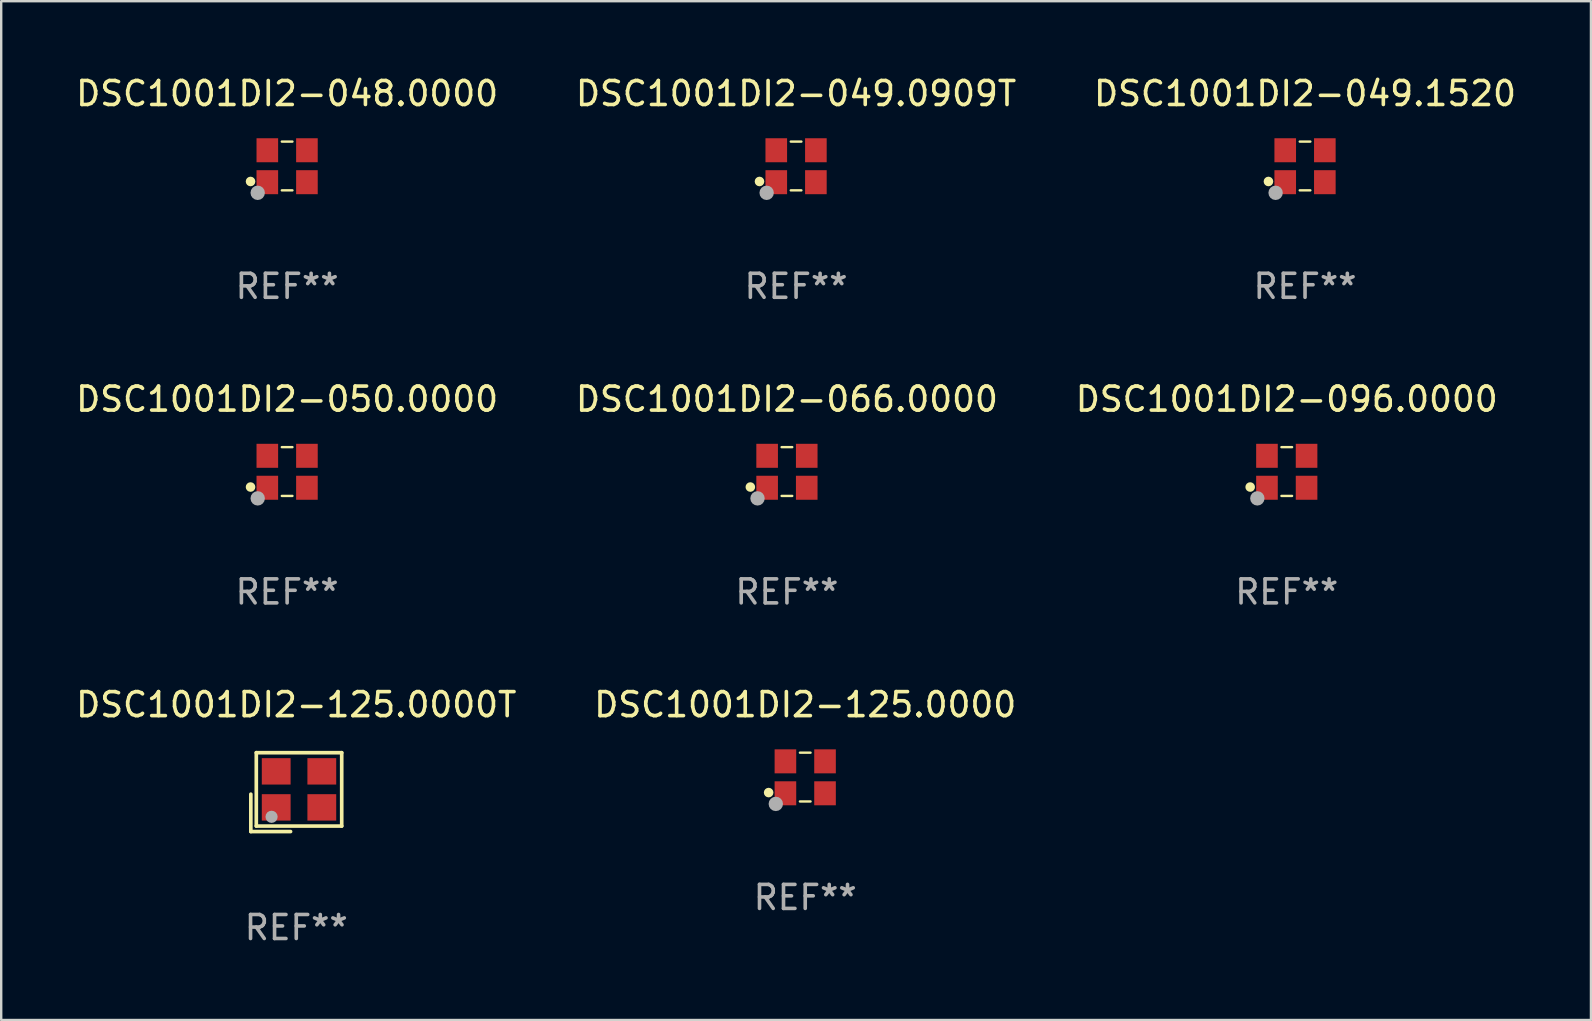
<source format=kicad_pcb>
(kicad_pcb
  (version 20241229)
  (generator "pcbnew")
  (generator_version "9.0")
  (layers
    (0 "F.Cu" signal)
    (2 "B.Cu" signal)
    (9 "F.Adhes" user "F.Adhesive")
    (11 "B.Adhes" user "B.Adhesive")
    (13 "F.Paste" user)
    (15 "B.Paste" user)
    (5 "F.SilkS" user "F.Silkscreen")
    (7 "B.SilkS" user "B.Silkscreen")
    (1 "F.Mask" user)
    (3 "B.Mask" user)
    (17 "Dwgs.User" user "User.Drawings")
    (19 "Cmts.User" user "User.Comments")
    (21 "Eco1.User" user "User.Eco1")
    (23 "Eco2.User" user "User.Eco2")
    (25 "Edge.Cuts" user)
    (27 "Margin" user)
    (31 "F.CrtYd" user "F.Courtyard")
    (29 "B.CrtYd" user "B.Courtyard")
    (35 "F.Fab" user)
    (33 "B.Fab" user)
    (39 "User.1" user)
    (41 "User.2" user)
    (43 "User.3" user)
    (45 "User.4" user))
  (footprint "DSC1001DI2-125.0000T"
    (layer "F.Cu")
    (at 9.292 29.948)
    (property "Reference" "DSC1001DI2-125.0000T" (at 0 -3.643 0) (layer "F.SilkS") (effects (font (size 1 1) (thickness 0.15))))
    (attr through_hole)
    (fp_line (start -1.893 0.086) (end -1.893 1.643) (stroke (width 0.152) (type solid)) (layer "F.SilkS"))
    (fp_line (start -1.893 1.643) (end -0.237 1.643) (stroke (width 0.152) (type solid)) (layer "F.SilkS"))
    (fp_line (start -1.665 -1.643) (end 1.893 -1.643) (stroke (width 0.152) (type solid)) (layer "F.SilkS"))
    (fp_line (start -1.665 1.414) (end -1.665 -1.643) (stroke (width 0.152) (type solid)) (layer "F.SilkS"))
    (fp_line (start 1.893 -1.643) (end 1.893 1.414) (stroke (width 0.152) (type solid)) (layer "F.SilkS"))
    (fp_line (start 1.893 1.414) (end -1.665 1.414) (stroke (width 0.152) (type solid)) (layer "F.SilkS"))
    (fp_circle (center -1.136 0.885) (end -1.106 0.885) (stroke (width 0.06) (type solid)) (fill no) (layer "F.SilkS"))
    (fp_circle (center -1.029 1.028) (end -0.902 1.028) (stroke (width 0.254) (type solid)) (fill no) (layer "F.Fab"))
    (fp_text user "REF**" (at 0 5.643 0) (layer "F.Fab") (effects (font (size 1 1) (thickness 0.15))))
    (pad "1" smd rect (at -0.836 0.636) (size 1.2 1.1) (layers "F.Cu" "F.Mask" "F.Paste"))
    (pad "2" smd rect (at 1.064 0.636) (size 1.2 1.1) (layers "F.Cu" "F.Mask" "F.Paste"))
    (pad "3" smd rect (at 1.064 -0.865) (size 1.2 1.1) (layers "F.Cu" "F.Mask" "F.Paste"))
    (pad "4" smd rect (at -0.836 -0.865) (size 1.2 1.1) (layers "F.Cu" "F.Mask" "F.Paste")))
  (footprint "DSC1001DI2-096.0000"
    (layer "F.Cu")
    (at 50.554 16.593)
    (property "Reference" "DSC1001DI2-096.0000" (at 0 -3.016 0) (layer "F.SilkS") (effects (font (size 1 1) (thickness 0.15))))
    (attr through_hole)
    (fp_line (start -0.221 -1.016) (end 0.221 -1.016) (stroke (width 0.1) (type solid)) (layer "F.SilkS"))
    (fp_line (start -0.221 1.016) (end 0.221 1.016) (stroke (width 0.1) (type solid)) (layer "F.SilkS"))
    (fp_circle (center -1.524 0.646) (end -1.424 0.646) (stroke (width 0.2) (type solid)) (fill no) (layer "F.SilkS"))
    (fp_circle (center -1.25 1) (end -1.22 1) (stroke (width 0.06) (type solid)) (fill no) (layer "F.SilkS"))
    (fp_circle (center -1.226 1.118) (end -1.076 1.118) (stroke (width 0.3) (type solid)) (fill no) (layer "F.Fab"))
    (fp_text user "REF**" (at 0 5.016 0) (layer "F.Fab") (effects (font (size 1 1) (thickness 0.15))))
    (pad "1" smd rect (at -0.825 0.676) (size 0.9 1) (layers "F.Cu" "F.Mask" "F.Paste"))
    (pad "2" smd rect (at 0.825 0.676) (size 0.9 1) (layers "F.Cu" "F.Mask" "F.Paste"))
    (pad "3" smd rect (at 0.825 -0.655) (size 0.9 1) (layers "F.Cu" "F.Mask" "F.Paste"))
    (pad "4" smd rect (at -0.825 -0.655) (size 0.9 1) (layers "F.Cu" "F.Mask" "F.Paste")))
  (footprint "DSC1001DI2-049.0909T"
    (layer "F.Cu")
    (at 30.113 3.864)
    (property "Reference" "DSC1001DI2-049.0909T" (at 0 -3.016 0) (layer "F.SilkS") (effects (font (size 1 1) (thickness 0.15))))
    (attr through_hole)
    (fp_line (start -0.221 -1.016) (end 0.221 -1.016) (stroke (width 0.1) (type solid)) (layer "F.SilkS"))
    (fp_line (start -0.221 1.016) (end 0.221 1.016) (stroke (width 0.1) (type solid)) (layer "F.SilkS"))
    (fp_circle (center -1.524 0.646) (end -1.424 0.646) (stroke (width 0.2) (type solid)) (fill no) (layer "F.SilkS"))
    (fp_circle (center -1.25 1) (end -1.22 1) (stroke (width 0.06) (type solid)) (fill no) (layer "F.SilkS"))
    (fp_circle (center -1.226 1.118) (end -1.076 1.118) (stroke (width 0.3) (type solid)) (fill no) (layer "F.Fab"))
    (fp_text user "REF**" (at 0 5.016 0) (layer "F.Fab") (effects (font (size 1 1) (thickness 0.15))))
    (pad "1" smd rect (at -0.825 0.676) (size 0.9 1) (layers "F.Cu" "F.Mask" "F.Paste"))
    (pad "2" smd rect (at 0.825 0.676) (size 0.9 1) (layers "F.Cu" "F.Mask" "F.Paste"))
    (pad "3" smd rect (at 0.825 -0.655) (size 0.9 1) (layers "F.Cu" "F.Mask" "F.Paste"))
    (pad "4" smd rect (at -0.825 -0.655) (size 0.9 1) (layers "F.Cu" "F.Mask" "F.Paste")))
  (footprint "DSC1001DI2-050.0000"
    (layer "F.Cu")
    (at 8.911 16.593)
    (property "Reference" "DSC1001DI2-050.0000" (at 0 -3.016 0) (layer "F.SilkS") (effects (font (size 1 1) (thickness 0.15))))
    (attr through_hole)
    (fp_line (start -0.221 -1.016) (end 0.221 -1.016) (stroke (width 0.1) (type solid)) (layer "F.SilkS"))
    (fp_line (start -0.221 1.016) (end 0.221 1.016) (stroke (width 0.1) (type solid)) (layer "F.SilkS"))
    (fp_circle (center -1.524 0.646) (end -1.424 0.646) (stroke (width 0.2) (type solid)) (fill no) (layer "F.SilkS"))
    (fp_circle (center -1.25 1) (end -1.22 1) (stroke (width 0.06) (type solid)) (fill no) (layer "F.SilkS"))
    (fp_circle (center -1.226 1.118) (end -1.076 1.118) (stroke (width 0.3) (type solid)) (fill no) (layer "F.Fab"))
    (fp_text user "REF**" (at 0 5.016 0) (layer "F.Fab") (effects (font (size 1 1) (thickness 0.15))))
    (pad "1" smd rect (at -0.825 0.676) (size 0.9 1) (layers "F.Cu" "F.Mask" "F.Paste"))
    (pad "2" smd rect (at 0.825 0.676) (size 0.9 1) (layers "F.Cu" "F.Mask" "F.Paste"))
    (pad "3" smd rect (at 0.825 -0.655) (size 0.9 1) (layers "F.Cu" "F.Mask" "F.Paste"))
    (pad "4" smd rect (at -0.825 -0.655) (size 0.9 1) (layers "F.Cu" "F.Mask" "F.Paste")))
  (footprint "DSC1001DI2-125.0000"
    (layer "F.Cu")
    (at 30.494 29.321)
    (property "Reference" "DSC1001DI2-125.0000" (at 0 -3.016 0) (layer "F.SilkS") (effects (font (size 1 1) (thickness 0.15))))
    (attr through_hole)
    (fp_line (start -0.221 -1.016) (end 0.221 -1.016) (stroke (width 0.1) (type solid)) (layer "F.SilkS"))
    (fp_line (start -0.221 1.016) (end 0.221 1.016) (stroke (width 0.1) (type solid)) (layer "F.SilkS"))
    (fp_circle (center -1.524 0.646) (end -1.424 0.646) (stroke (width 0.2) (type solid)) (fill no) (layer "F.SilkS"))
    (fp_circle (center -1.25 1) (end -1.22 1) (stroke (width 0.06) (type solid)) (fill no) (layer "F.SilkS"))
    (fp_circle (center -1.226 1.118) (end -1.076 1.118) (stroke (width 0.3) (type solid)) (fill no) (layer "F.Fab"))
    (fp_text user "REF**" (at 0 5.016 0) (layer "F.Fab") (effects (font (size 1 1) (thickness 0.15))))
    (pad "1" smd rect (at -0.825 0.676) (size 0.9 1) (layers "F.Cu" "F.Mask" "F.Paste"))
    (pad "2" smd rect (at 0.825 0.676) (size 0.9 1) (layers "F.Cu" "F.Mask" "F.Paste"))
    (pad "3" smd rect (at 0.825 -0.655) (size 0.9 1) (layers "F.Cu" "F.Mask" "F.Paste"))
    (pad "4" smd rect (at -0.825 -0.655) (size 0.9 1) (layers "F.Cu" "F.Mask" "F.Paste")))
  (footprint "DSC1001DI2-048.0000"
    (layer "F.Cu")
    (at 8.911 3.864)
    (property "Reference" "DSC1001DI2-048.0000" (at 0 -3.016 0) (layer "F.SilkS") (effects (font (size 1 1) (thickness 0.15))))
    (attr through_hole)
    (fp_line (start -0.221 -1.016) (end 0.221 -1.016) (stroke (width 0.1) (type solid)) (layer "F.SilkS"))
    (fp_line (start -0.221 1.016) (end 0.221 1.016) (stroke (width 0.1) (type solid)) (layer "F.SilkS"))
    (fp_circle (center -1.524 0.646) (end -1.424 0.646) (stroke (width 0.2) (type solid)) (fill no) (layer "F.SilkS"))
    (fp_circle (center -1.25 1) (end -1.22 1) (stroke (width 0.06) (type solid)) (fill no) (layer "F.SilkS"))
    (fp_circle (center -1.226 1.118) (end -1.076 1.118) (stroke (width 0.3) (type solid)) (fill no) (layer "F.Fab"))
    (fp_text user "REF**" (at 0 5.016 0) (layer "F.Fab") (effects (font (size 1 1) (thickness 0.15))))
    (pad "1" smd rect (at -0.825 0.676) (size 0.9 1) (layers "F.Cu" "F.Mask" "F.Paste"))
    (pad "2" smd rect (at 0.825 0.676) (size 0.9 1) (layers "F.Cu" "F.Mask" "F.Paste"))
    (pad "3" smd rect (at 0.825 -0.655) (size 0.9 1) (layers "F.Cu" "F.Mask" "F.Paste"))
    (pad "4" smd rect (at -0.825 -0.655) (size 0.9 1) (layers "F.Cu" "F.Mask" "F.Paste")))
  (footprint "DSC1001DI2-066.0000"
    (layer "F.Cu")
    (at 29.732 16.593)
    (property "Reference" "DSC1001DI2-066.0000" (at 0 -3.016 0) (layer "F.SilkS") (effects (font (size 1 1) (thickness 0.15))))
    (attr through_hole)
    (fp_line (start -0.221 -1.016) (end 0.221 -1.016) (stroke (width 0.1) (type solid)) (layer "F.SilkS"))
    (fp_line (start -0.221 1.016) (end 0.221 1.016) (stroke (width 0.1) (type solid)) (layer "F.SilkS"))
    (fp_circle (center -1.524 0.646) (end -1.424 0.646) (stroke (width 0.2) (type solid)) (fill no) (layer "F.SilkS"))
    (fp_circle (center -1.25 1) (end -1.22 1) (stroke (width 0.06) (type solid)) (fill no) (layer "F.SilkS"))
    (fp_circle (center -1.226 1.118) (end -1.076 1.118) (stroke (width 0.3) (type solid)) (fill no) (layer "F.Fab"))
    (fp_text user "REF**" (at 0 5.016 0) (layer "F.Fab") (effects (font (size 1 1) (thickness 0.15))))
    (pad "1" smd rect (at -0.825 0.676) (size 0.9 1) (layers "F.Cu" "F.Mask" "F.Paste"))
    (pad "2" smd rect (at 0.825 0.676) (size 0.9 1) (layers "F.Cu" "F.Mask" "F.Paste"))
    (pad "3" smd rect (at 0.825 -0.655) (size 0.9 1) (layers "F.Cu" "F.Mask" "F.Paste"))
    (pad "4" smd rect (at -0.825 -0.655) (size 0.9 1) (layers "F.Cu" "F.Mask" "F.Paste")))
  (footprint "DSC1001DI2-049.1520"
    (layer "F.Cu")
    (at 51.315 3.864)
    (property "Reference" "DSC1001DI2-049.1520" (at 0 -3.016 0) (layer "F.SilkS") (effects (font (size 1 1) (thickness 0.15))))
    (attr through_hole)
    (fp_line (start -0.221 -1.016) (end 0.221 -1.016) (stroke (width 0.1) (type solid)) (layer "F.SilkS"))
    (fp_line (start -0.221 1.016) (end 0.221 1.016) (stroke (width 0.1) (type solid)) (layer "F.SilkS"))
    (fp_circle (center -1.524 0.646) (end -1.424 0.646) (stroke (width 0.2) (type solid)) (fill no) (layer "F.SilkS"))
    (fp_circle (center -1.25 1) (end -1.22 1) (stroke (width 0.06) (type solid)) (fill no) (layer "F.SilkS"))
    (fp_circle (center -1.226 1.118) (end -1.076 1.118) (stroke (width 0.3) (type solid)) (fill no) (layer "F.Fab"))
    (fp_text user "REF**" (at 0 5.016 0) (layer "F.Fab") (effects (font (size 1 1) (thickness 0.15))))
    (pad "1" smd rect (at -0.825 0.676) (size 0.9 1) (layers "F.Cu" "F.Mask" "F.Paste"))
    (pad "2" smd rect (at 0.825 0.676) (size 0.9 1) (layers "F.Cu" "F.Mask" "F.Paste"))
    (pad "3" smd rect (at 0.825 -0.655) (size 0.9 1) (layers "F.Cu" "F.Mask" "F.Paste"))
    (pad "4" smd rect (at -0.825 -0.655) (size 0.9 1) (layers "F.Cu" "F.Mask" "F.Paste")))
  (gr_rect
    (start -3 -3)
    (end 63.226 39.44)
    (stroke (width 0.1) (type default))
    (fill no)
    (layer "Edge.Cuts")))
</source>
